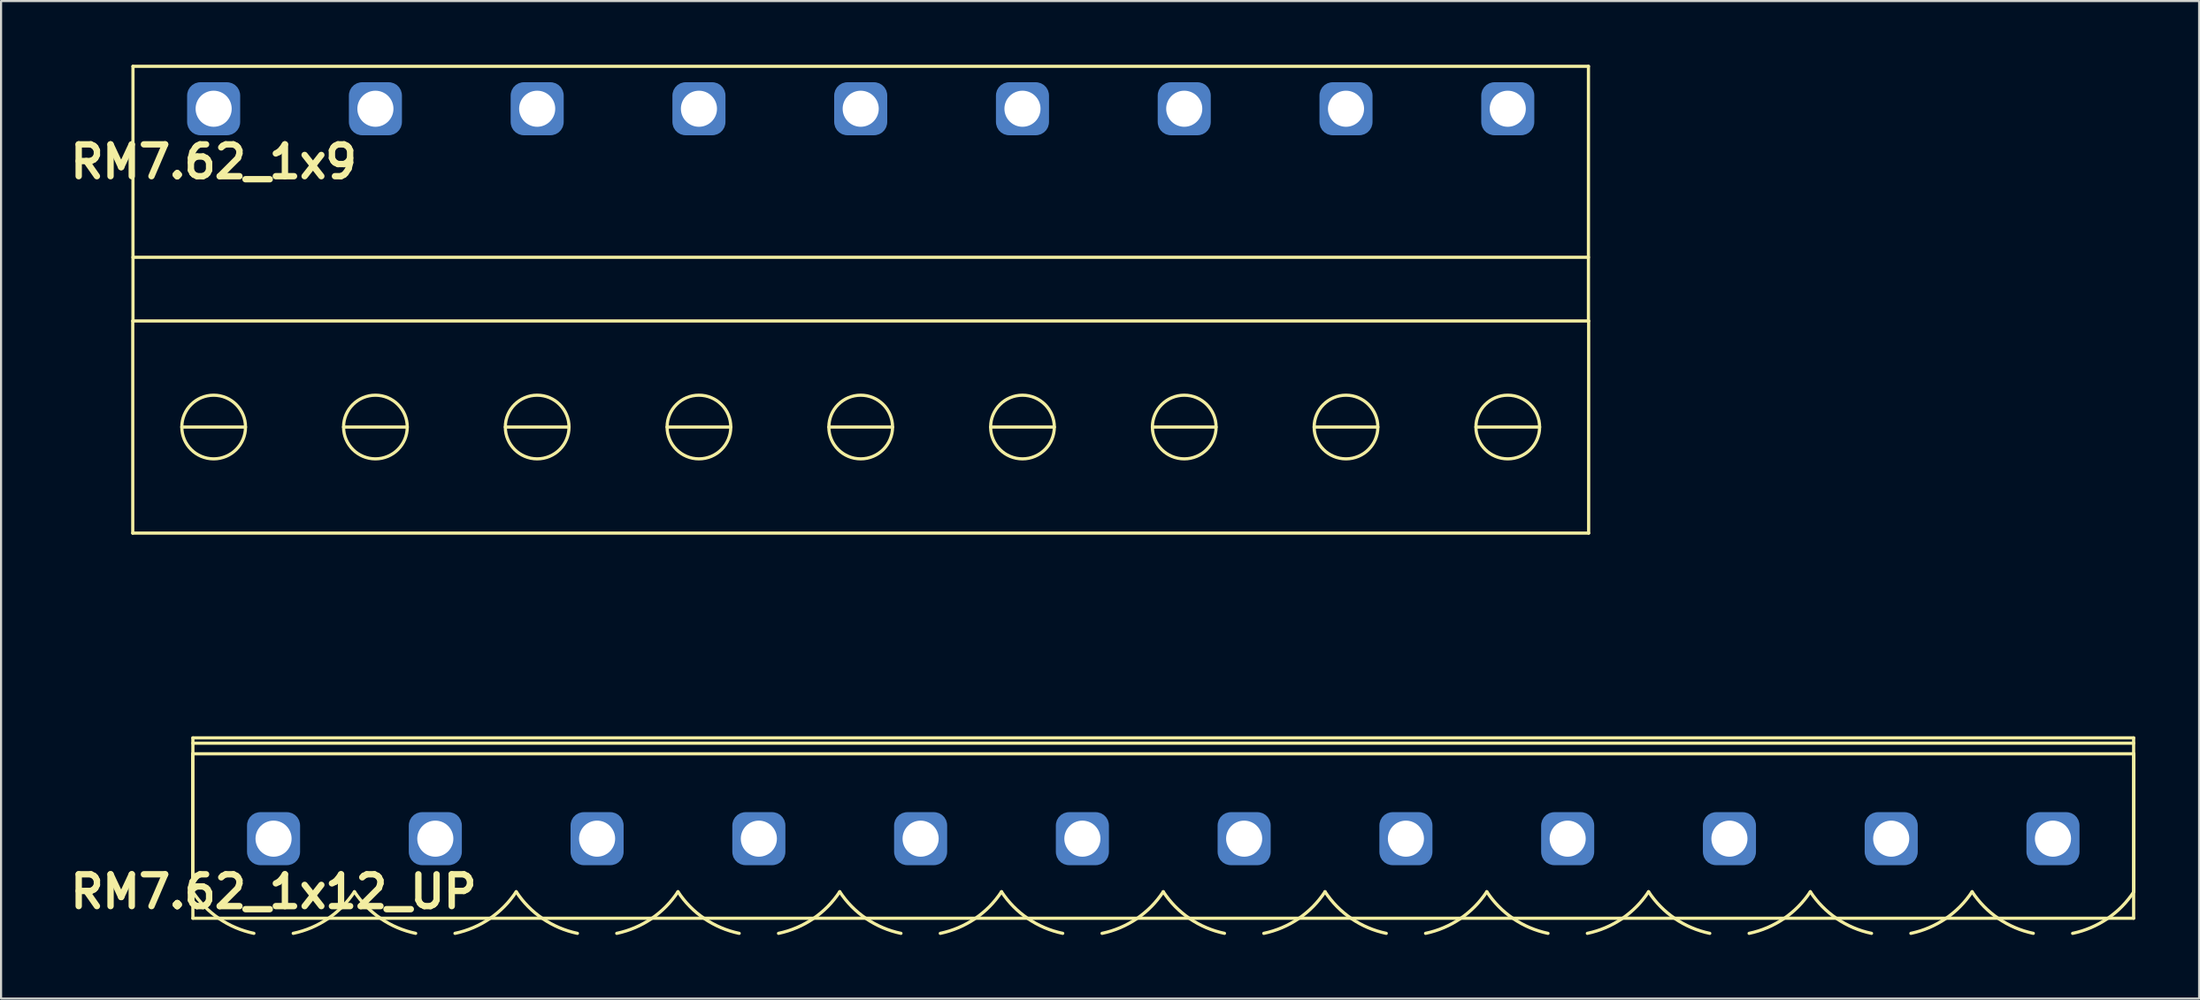
<source format=kicad_pcb>
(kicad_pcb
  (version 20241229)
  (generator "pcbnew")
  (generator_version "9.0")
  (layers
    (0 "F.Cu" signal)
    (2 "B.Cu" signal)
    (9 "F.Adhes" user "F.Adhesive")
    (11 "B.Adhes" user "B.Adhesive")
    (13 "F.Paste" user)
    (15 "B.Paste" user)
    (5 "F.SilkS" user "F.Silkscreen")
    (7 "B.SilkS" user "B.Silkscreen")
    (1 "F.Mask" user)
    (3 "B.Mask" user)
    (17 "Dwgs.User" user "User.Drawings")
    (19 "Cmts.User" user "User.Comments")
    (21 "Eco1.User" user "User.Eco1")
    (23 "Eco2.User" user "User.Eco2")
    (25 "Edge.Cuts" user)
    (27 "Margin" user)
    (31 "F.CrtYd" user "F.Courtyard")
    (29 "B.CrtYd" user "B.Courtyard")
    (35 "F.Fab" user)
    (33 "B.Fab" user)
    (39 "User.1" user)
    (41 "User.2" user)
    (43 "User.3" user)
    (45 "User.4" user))
  (footprint "RM7.62_1x9"
    (layer "F.Cu")
    (at 7.014 2.075)
    (property "Reference" "RM7.62_1x9" (at 0 2.5 0) (layer "F.SilkS") (effects (font (size 1.5 1.5) (thickness 0.3))))
    (attr through_hole)
    (fp_line (start -3.81 20) (end -3.81 10) (stroke (width 0.15) (type solid)) (layer "F.SilkS"))
    (fp_line (start -3.81 20) (end 64.77 20) (stroke (width 0.15) (type solid)) (layer "F.SilkS"))
    (fp_line (start -3.8 -2) (end -3.8 10) (stroke (width 0.15) (type solid)) (layer "F.SilkS"))
    (fp_line (start -3.8 7) (end 64.76 7) (stroke (width 0.15) (type solid)) (layer "F.SilkS"))
    (fp_line (start -3.8 10) (end 64.76 10) (stroke (width 0.15) (type solid)) (layer "F.SilkS"))
    (fp_line (start -1.5 15) (end 1.5 15) (stroke (width 0.15) (type solid)) (layer "F.SilkS"))
    (fp_line (start 6.12 15) (end 9.12 15) (stroke (width 0.15) (type solid)) (layer "F.SilkS"))
    (fp_line (start 13.74 15) (end 16.74 15) (stroke (width 0.15) (type solid)) (layer "F.SilkS"))
    (fp_line (start 21.36 15) (end 24.36 15) (stroke (width 0.15) (type solid)) (layer "F.SilkS"))
    (fp_line (start 28.98 15) (end 31.98 15) (stroke (width 0.15) (type solid)) (layer "F.SilkS"))
    (fp_line (start 36.6 15) (end 39.6 15) (stroke (width 0.15) (type solid)) (layer "F.SilkS"))
    (fp_line (start 44.22 15) (end 47.22 15) (stroke (width 0.15) (type solid)) (layer "F.SilkS"))
    (fp_line (start 51.84 15) (end 54.84 15) (stroke (width 0.15) (type solid)) (layer "F.SilkS"))
    (fp_line (start 59.46 15) (end 62.46 15) (stroke (width 0.15) (type solid)) (layer "F.SilkS"))
    (fp_line (start 64.76 -2) (end -3.8 -2) (stroke (width 0.15) (type solid)) (layer "F.SilkS"))
    (fp_line (start 64.76 10) (end 64.76 -2) (stroke (width 0.15) (type solid)) (layer "F.SilkS"))
    (fp_line (start 64.77 20) (end 64.77 10) (stroke (width 0.15) (type solid)) (layer "F.SilkS"))
    (fp_circle (center 0 15) (end 0 13.5) (stroke (width 0.15) (type solid)) (fill no) (layer "F.SilkS"))
    (fp_circle (center 7.62 15) (end 7.62 13.5) (stroke (width 0.15) (type solid)) (fill no) (layer "F.SilkS"))
    (fp_circle (center 15.24 15) (end 15.24 13.5) (stroke (width 0.15) (type solid)) (fill no) (layer "F.SilkS"))
    (fp_circle (center 22.86 15) (end 22.86 13.5) (stroke (width 0.15) (type solid)) (fill no) (layer "F.SilkS"))
    (fp_circle (center 30.48 15) (end 30.48 13.5) (stroke (width 0.15) (type solid)) (fill no) (layer "F.SilkS"))
    (fp_circle (center 38.1 15) (end 38.1 13.5) (stroke (width 0.15) (type solid)) (fill no) (layer "F.SilkS"))
    (fp_circle (center 45.72 15) (end 45.72 13.5) (stroke (width 0.15) (type solid)) (fill no) (layer "F.SilkS"))
    (fp_circle (center 53.34 15) (end 53.34 13.5) (stroke (width 0.15) (type solid)) (fill no) (layer "F.SilkS"))
    (fp_circle (center 60.96 15) (end 60.96 13.5) (stroke (width 0.15) (type solid)) (fill no) (layer "F.SilkS"))
    (pad "1" thru_hole circle (at 0 0) (size 2 2) (drill 1.7) (layers "*.Cu" "*.Mask"))
    (pad "1" smd roundrect (at 0 0) (size 2.5 2.5) (layers "B.Cu" "B.Mask") (roundrect_rratio 0.25))
    (pad "2" thru_hole circle (at 7.62 0) (size 2 2) (drill 1.7) (layers "*.Cu" "*.Mask"))
    (pad "2" smd roundrect (at 7.62 0) (size 2.5 2.5) (layers "B.Cu" "B.Mask") (roundrect_rratio 0.25))
    (pad "3" thru_hole circle (at 15.24 0) (size 2 2) (drill 1.7) (layers "*.Cu" "*.Mask"))
    (pad "3" smd roundrect (at 15.24 0) (size 2.5 2.5) (layers "B.Cu" "B.Mask") (roundrect_rratio 0.25))
    (pad "4" thru_hole circle (at 22.86 0) (size 2 2) (drill 1.7) (layers "*.Cu" "*.Mask"))
    (pad "4" smd roundrect (at 22.86 0) (size 2.5 2.5) (layers "B.Cu" "B.Mask") (roundrect_rratio 0.25))
    (pad "5" thru_hole circle (at 30.48 0) (size 2 2) (drill 1.7) (layers "*.Cu" "*.Mask"))
    (pad "5" smd roundrect (at 30.48 0) (size 2.5 2.5) (layers "B.Cu" "B.Mask") (roundrect_rratio 0.25))
    (pad "6" thru_hole circle (at 38.1 0) (size 2 2) (drill 1.7) (layers "*.Cu" "*.Mask"))
    (pad "6" smd roundrect (at 38.1 0) (size 2.5 2.5) (layers "B.Cu" "B.Mask") (roundrect_rratio 0.25))
    (pad "7" thru_hole circle (at 45.72 0) (size 2 2) (drill 1.7) (layers "*.Cu" "*.Mask"))
    (pad "7" smd roundrect (at 45.72 0) (size 2.5 2.5) (layers "B.Cu" "B.Mask") (roundrect_rratio 0.25))
    (pad "8" thru_hole circle (at 53.34 0) (size 2 2) (drill 1.7) (layers "*.Cu" "*.Mask"))
    (pad "8" smd roundrect (at 53.34 0) (size 2.5 2.5) (layers "B.Cu" "B.Mask") (roundrect_rratio 0.25))
    (pad "9" thru_hole circle (at 60.96 0) (size 2 2) (drill 1.7) (layers "*.Cu" "*.Mask"))
    (pad "9" smd roundrect (at 60.96 0) (size 2.5 2.5) (layers "B.Cu" "B.Mask") (roundrect_rratio 0.25)))
  (footprint "RM7.62_1x12_UP"
    (layer "F.Cu")
    (at 9.836 36.475)
    (property "Reference" "RM7.62_1x12_UP" (at 0 2.5 0) (layer "F.SilkS") (effects (font (size 1.5 1.5) (thickness 0.3))))
    (attr through_hole)
    (fp_line (start -3.81 -4) (end -3.81 2.5) (stroke (width 0.15) (type solid)) (layer "F.SilkS"))
    (fp_line (start -3.81 -4) (end 87.63 -4) (stroke (width 0.15) (type solid)) (layer "F.SilkS"))
    (fp_line (start -3.8 -4.75) (end -3.8 3.75) (stroke (width 0.15) (type solid)) (layer "F.SilkS"))
    (fp_line (start -3.8 -4.5) (end 87.62 -4.5) (stroke (width 0.15) (type solid)) (layer "F.SilkS"))
    (fp_line (start -3.8 3.75) (end 87.62 3.75) (stroke (width 0.15) (type solid)) (layer "F.SilkS"))
    (fp_line (start 87.62 -4.75) (end -3.8 -4.75) (stroke (width 0.15) (type solid)) (layer "F.SilkS"))
    (fp_line (start 87.62 3.75) (end 87.62 -4.75) (stroke (width 0.15) (type solid)) (layer "F.SilkS"))
    (fp_line (start 87.63 -4) (end 87.63 2.5) (stroke (width 0.15) (type solid)) (layer "F.SilkS"))
    (fp_arc (start -0.92631 4.461844) (mid -2.563273 3.767723) (end -3.81 2.5) (stroke (width 0.15) (type solid)) (layer "F.SilkS"))
    (fp_arc (start 3.81 2.5) (mid 2.563272 3.767723) (end 0.92631 4.461844) (stroke (width 0.15) (type solid)) (layer "F.SilkS"))
    (fp_arc (start 6.69369 4.461844) (mid 5.056727 3.767723) (end 3.81 2.5) (stroke (width 0.15) (type solid)) (layer "F.SilkS"))
    (fp_arc (start 11.43 2.5) (mid 10.183272 3.767723) (end 8.54631 4.461844) (stroke (width 0.15) (type solid)) (layer "F.SilkS"))
    (fp_arc (start 14.31369 4.461844) (mid 12.676727 3.767723) (end 11.43 2.5) (stroke (width 0.15) (type solid)) (layer "F.SilkS"))
    (fp_arc (start 19.05 2.5) (mid 17.803272 3.767723) (end 16.16631 4.461844) (stroke (width 0.15) (type solid)) (layer "F.SilkS"))
    (fp_arc (start 21.93369 4.461844) (mid 20.296727 3.767723) (end 19.05 2.5) (stroke (width 0.15) (type solid)) (layer "F.SilkS"))
    (fp_arc (start 26.67 2.5) (mid 25.423272 3.767723) (end 23.78631 4.461844) (stroke (width 0.15) (type solid)) (layer "F.SilkS"))
    (fp_arc (start 29.55369 4.461844) (mid 27.916727 3.767723) (end 26.67 2.5) (stroke (width 0.15) (type solid)) (layer "F.SilkS"))
    (fp_arc (start 34.29 2.5) (mid 33.043272 3.767723) (end 31.40631 4.461844) (stroke (width 0.15) (type solid)) (layer "F.SilkS"))
    (fp_arc (start 37.17369 4.461844) (mid 35.536727 3.767723) (end 34.29 2.5) (stroke (width 0.15) (type solid)) (layer "F.SilkS"))
    (fp_arc (start 41.91 2.5) (mid 40.663272 3.767723) (end 39.02631 4.461844) (stroke (width 0.15) (type solid)) (layer "F.SilkS"))
    (fp_arc (start 44.79369 4.461844) (mid 43.156727 3.767723) (end 41.91 2.5) (stroke (width 0.15) (type solid)) (layer "F.SilkS"))
    (fp_arc (start 49.53 2.5) (mid 48.283272 3.767723) (end 46.64631 4.461844) (stroke (width 0.15) (type solid)) (layer "F.SilkS"))
    (fp_arc (start 52.41369 4.461844) (mid 50.776727 3.767723) (end 49.53 2.5) (stroke (width 0.15) (type solid)) (layer "F.SilkS"))
    (fp_arc (start 57.15 2.5) (mid 55.903272 3.767723) (end 54.26631 4.461844) (stroke (width 0.15) (type solid)) (layer "F.SilkS"))
    (fp_arc (start 60.03369 4.461844) (mid 58.396727 3.767723) (end 57.15 2.5) (stroke (width 0.15) (type solid)) (layer "F.SilkS"))
    (fp_arc (start 64.77 2.5) (mid 63.523272 3.767723) (end 61.88631 4.461844) (stroke (width 0.15) (type solid)) (layer "F.SilkS"))
    (fp_arc (start 67.65369 4.461844) (mid 66.016727 3.767723) (end 64.77 2.5) (stroke (width 0.15) (type solid)) (layer "F.SilkS"))
    (fp_arc (start 72.39 2.5) (mid 71.143272 3.767723) (end 69.50631 4.461844) (stroke (width 0.15) (type solid)) (layer "F.SilkS"))
    (fp_arc (start 75.27369 4.461844) (mid 73.636727 3.767723) (end 72.39 2.5) (stroke (width 0.15) (type solid)) (layer "F.SilkS"))
    (fp_arc (start 80.01 2.5) (mid 78.763272 3.767723) (end 77.12631 4.461844) (stroke (width 0.15) (type solid)) (layer "F.SilkS"))
    (fp_arc (start 82.89369 4.461844) (mid 81.256727 3.767723) (end 80.01 2.5) (stroke (width 0.15) (type solid)) (layer "F.SilkS"))
    (fp_arc (start 87.63 2.5) (mid 86.383272 3.767723) (end 84.74631 4.461844) (stroke (width 0.15) (type solid)) (layer "F.SilkS"))
    (fp_line (start -3.81 -11.25) (end -3.81 3.75) (stroke (width 0.15) (type solid)) (layer "Margin"))
    (fp_line (start -3.81 3.75) (end 87.63 3.75) (stroke (width 0.15) (type solid)) (layer "Margin"))
    (fp_line (start -1.25 -1.25) (end -1.25 1) (stroke (width 0.15) (type solid)) (layer "Margin"))
    (fp_line (start -1.25 1) (end 1.25 1) (stroke (width 0.15) (type solid)) (layer "Margin"))
    (fp_line (start 1.25 -1.25) (end -1.25 -1.25) (stroke (width 0.15) (type solid)) (layer "Margin"))
    (fp_line (start 1.25 1) (end 1.25 -1.25) (stroke (width 0.15) (type solid)) (layer "Margin"))
    (fp_line (start 6.37 -1.25) (end 6.37 1) (stroke (width 0.15) (type solid)) (layer "Margin"))
    (fp_line (start 6.37 1) (end 8.87 1) (stroke (width 0.15) (type solid)) (layer "Margin"))
    (fp_line (start 8.87 -1.25) (end 6.37 -1.25) (stroke (width 0.15) (type solid)) (layer "Margin"))
    (fp_line (start 8.87 1) (end 8.87 -1.25) (stroke (width 0.15) (type solid)) (layer "Margin"))
    (fp_line (start 13.99 -1.25) (end 13.99 1) (stroke (width 0.15) (type solid)) (layer "Margin"))
    (fp_line (start 13.99 1) (end 16.49 1) (stroke (width 0.15) (type solid)) (layer "Margin"))
    (fp_line (start 16.49 -1.25) (end 13.99 -1.25) (stroke (width 0.15) (type solid)) (layer "Margin"))
    (fp_line (start 16.49 1) (end 16.49 -1.25) (stroke (width 0.15) (type solid)) (layer "Margin"))
    (fp_line (start 21.61 -1.25) (end 21.61 1) (stroke (width 0.15) (type solid)) (layer "Margin"))
    (fp_line (start 21.61 1) (end 24.11 1) (stroke (width 0.15) (type solid)) (layer "Margin"))
    (fp_line (start 24.11 -1.25) (end 21.61 -1.25) (stroke (width 0.15) (type solid)) (layer "Margin"))
    (fp_line (start 24.11 1) (end 24.11 -1.25) (stroke (width 0.15) (type solid)) (layer "Margin"))
    (fp_line (start 29.23 -1.25) (end 29.23 1) (stroke (width 0.15) (type solid)) (layer "Margin"))
    (fp_line (start 29.23 1) (end 31.73 1) (stroke (width 0.15) (type solid)) (layer "Margin"))
    (fp_line (start 31.73 -1.25) (end 29.23 -1.25) (stroke (width 0.15) (type solid)) (layer "Margin"))
    (fp_line (start 31.73 1) (end 31.73 -1.25) (stroke (width 0.15) (type solid)) (layer "Margin"))
    (fp_line (start 36.85 -1.25) (end 36.85 1) (stroke (width 0.15) (type solid)) (layer "Margin"))
    (fp_line (start 36.85 1) (end 39.35 1) (stroke (width 0.15) (type solid)) (layer "Margin"))
    (fp_line (start 39.35 -1.25) (end 36.85 -1.25) (stroke (width 0.15) (type solid)) (layer "Margin"))
    (fp_line (start 39.35 1) (end 39.35 -1.25) (stroke (width 0.15) (type solid)) (layer "Margin"))
    (fp_line (start 44.47 -1.25) (end 44.47 1) (stroke (width 0.15) (type solid)) (layer "Margin"))
    (fp_line (start 44.47 1) (end 46.97 1) (stroke (width 0.15) (type solid)) (layer "Margin"))
    (fp_line (start 46.97 -1.25) (end 44.47 -1.25) (stroke (width 0.15) (type solid)) (layer "Margin"))
    (fp_line (start 46.97 1) (end 46.97 -1.25) (stroke (width 0.15) (type solid)) (layer "Margin"))
    (fp_line (start 52.09 -1.25) (end 52.09 1) (stroke (width 0.15) (type solid)) (layer "Margin"))
    (fp_line (start 52.09 1) (end 54.59 1) (stroke (width 0.15) (type solid)) (layer "Margin"))
    (fp_line (start 54.59 -1.25) (end 52.09 -1.25) (stroke (width 0.15) (type solid)) (layer "Margin"))
    (fp_line (start 54.59 1) (end 54.59 -1.25) (stroke (width 0.15) (type solid)) (layer "Margin"))
    (fp_line (start 59.71 -1.25) (end 59.71 1) (stroke (width 0.15) (type solid)) (layer "Margin"))
    (fp_line (start 59.71 1) (end 62.21 1) (stroke (width 0.15) (type solid)) (layer "Margin"))
    (fp_line (start 62.21 -1.25) (end 59.71 -1.25) (stroke (width 0.15) (type solid)) (layer "Margin"))
    (fp_line (start 62.21 1) (end 62.21 -1.25) (stroke (width 0.15) (type solid)) (layer "Margin"))
    (fp_line (start 67.33 -1.25) (end 67.33 1) (stroke (width 0.15) (type solid)) (layer "Margin"))
    (fp_line (start 67.33 1) (end 69.83 1) (stroke (width 0.15) (type solid)) (layer "Margin"))
    (fp_line (start 69.83 -1.25) (end 67.33 -1.25) (stroke (width 0.15) (type solid)) (layer "Margin"))
    (fp_line (start 69.83 1) (end 69.83 -1.25) (stroke (width 0.15) (type solid)) (layer "Margin"))
    (fp_line (start 74.95 -1.25) (end 74.95 1) (stroke (width 0.15) (type solid)) (layer "Margin"))
    (fp_line (start 74.95 1) (end 77.45 1) (stroke (width 0.15) (type solid)) (layer "Margin"))
    (fp_line (start 77.45 -1.25) (end 74.95 -1.25) (stroke (width 0.15) (type solid)) (layer "Margin"))
    (fp_line (start 77.45 1) (end 77.45 -1.25) (stroke (width 0.15) (type solid)) (layer "Margin"))
    (fp_line (start 82.57 -1.25) (end 82.57 1) (stroke (width 0.15) (type solid)) (layer "Margin"))
    (fp_line (start 82.57 1) (end 85.07 1) (stroke (width 0.15) (type solid)) (layer "Margin"))
    (fp_line (start 85.07 -1.25) (end 82.57 -1.25) (stroke (width 0.15) (type solid)) (layer "Margin"))
    (fp_line (start 85.07 1) (end 85.07 -1.25) (stroke (width 0.15) (type solid)) (layer "Margin"))
    (fp_line (start 87.63 -11.25) (end -3.81 -11.25) (stroke (width 0.15) (type solid)) (layer "Margin"))
    (fp_line (start 87.63 3.75) (end 87.63 -11.25) (stroke (width 0.15) (type solid)) (layer "Margin"))
    (pad "1" thru_hole circle (at 0 0) (size 2 2) (drill 1.7) (layers "*.Cu" "*.Mask"))
    (pad "1" smd roundrect (at 0 0) (size 2.5 2.5) (layers "B.Cu" "B.Mask") (roundrect_rratio 0.25))
    (pad "2" thru_hole circle (at 7.62 0) (size 2 2) (drill 1.7) (layers "*.Cu" "*.Mask"))
    (pad "2" smd roundrect (at 7.62 0) (size 2.5 2.5) (layers "B.Cu" "B.Mask") (roundrect_rratio 0.25))
    (pad "3" thru_hole circle (at 15.24 0) (size 2 2) (drill 1.7) (layers "*.Cu" "*.Mask"))
    (pad "3" smd roundrect (at 15.24 0) (size 2.5 2.5) (layers "B.Cu" "B.Mask") (roundrect_rratio 0.25))
    (pad "4" thru_hole circle (at 22.86 0) (size 2 2) (drill 1.7) (layers "*.Cu" "*.Mask"))
    (pad "4" smd roundrect (at 22.86 0) (size 2.5 2.5) (layers "B.Cu" "B.Mask") (roundrect_rratio 0.25))
    (pad "5" thru_hole circle (at 30.48 0) (size 2 2) (drill 1.7) (layers "*.Cu" "*.Mask"))
    (pad "5" smd roundrect (at 30.48 0) (size 2.5 2.5) (layers "B.Cu" "B.Mask") (roundrect_rratio 0.25))
    (pad "6" thru_hole circle (at 38.1 0) (size 2 2) (drill 1.7) (layers "*.Cu" "*.Mask"))
    (pad "6" smd roundrect (at 38.1 0) (size 2.5 2.5) (layers "B.Cu" "B.Mask") (roundrect_rratio 0.25))
    (pad "7" thru_hole circle (at 45.72 0) (size 2 2) (drill 1.7) (layers "*.Cu" "*.Mask"))
    (pad "7" smd roundrect (at 45.72 0) (size 2.5 2.5) (layers "B.Cu" "B.Mask") (roundrect_rratio 0.25))
    (pad "8" thru_hole circle (at 53.34 0) (size 2 2) (drill 1.7) (layers "*.Cu" "*.Mask"))
    (pad "8" smd roundrect (at 53.34 0) (size 2.5 2.5) (layers "B.Cu" "B.Mask") (roundrect_rratio 0.25))
    (pad "9" thru_hole circle (at 60.96 0) (size 2 2) (drill 1.7) (layers "*.Cu" "*.Mask"))
    (pad "9" smd roundrect (at 60.96 0) (size 2.5 2.5) (layers "B.Cu" "B.Mask") (roundrect_rratio 0.25))
    (pad "10" thru_hole circle (at 68.58 0) (size 2 2) (drill 1.7) (layers "*.Cu" "*.Mask"))
    (pad "10" smd roundrect (at 68.58 0) (size 2.5 2.5) (layers "B.Cu" "B.Mask") (roundrect_rratio 0.25))
    (pad "11" thru_hole circle (at 76.2 0) (size 2 2) (drill 1.7) (layers "*.Cu" "*.Mask"))
    (pad "11" smd roundrect (at 76.2 0) (size 2.5 2.5) (layers "B.Cu" "B.Mask") (roundrect_rratio 0.25))
    (pad "12" thru_hole circle (at 83.82 0) (size 2 2) (drill 1.7) (layers "*.Cu" "*.Mask"))
    (pad "12" smd roundrect (at 83.82 0) (size 2.5 2.5) (layers "B.Cu" "B.Mask") (roundrect_rratio 0.25)))
  (gr_rect
    (start -3 -3)
    (end 100.541 44.012)
    (stroke (width 0.1) (type default))
    (fill no)
    (layer "Edge.Cuts")))
</source>
